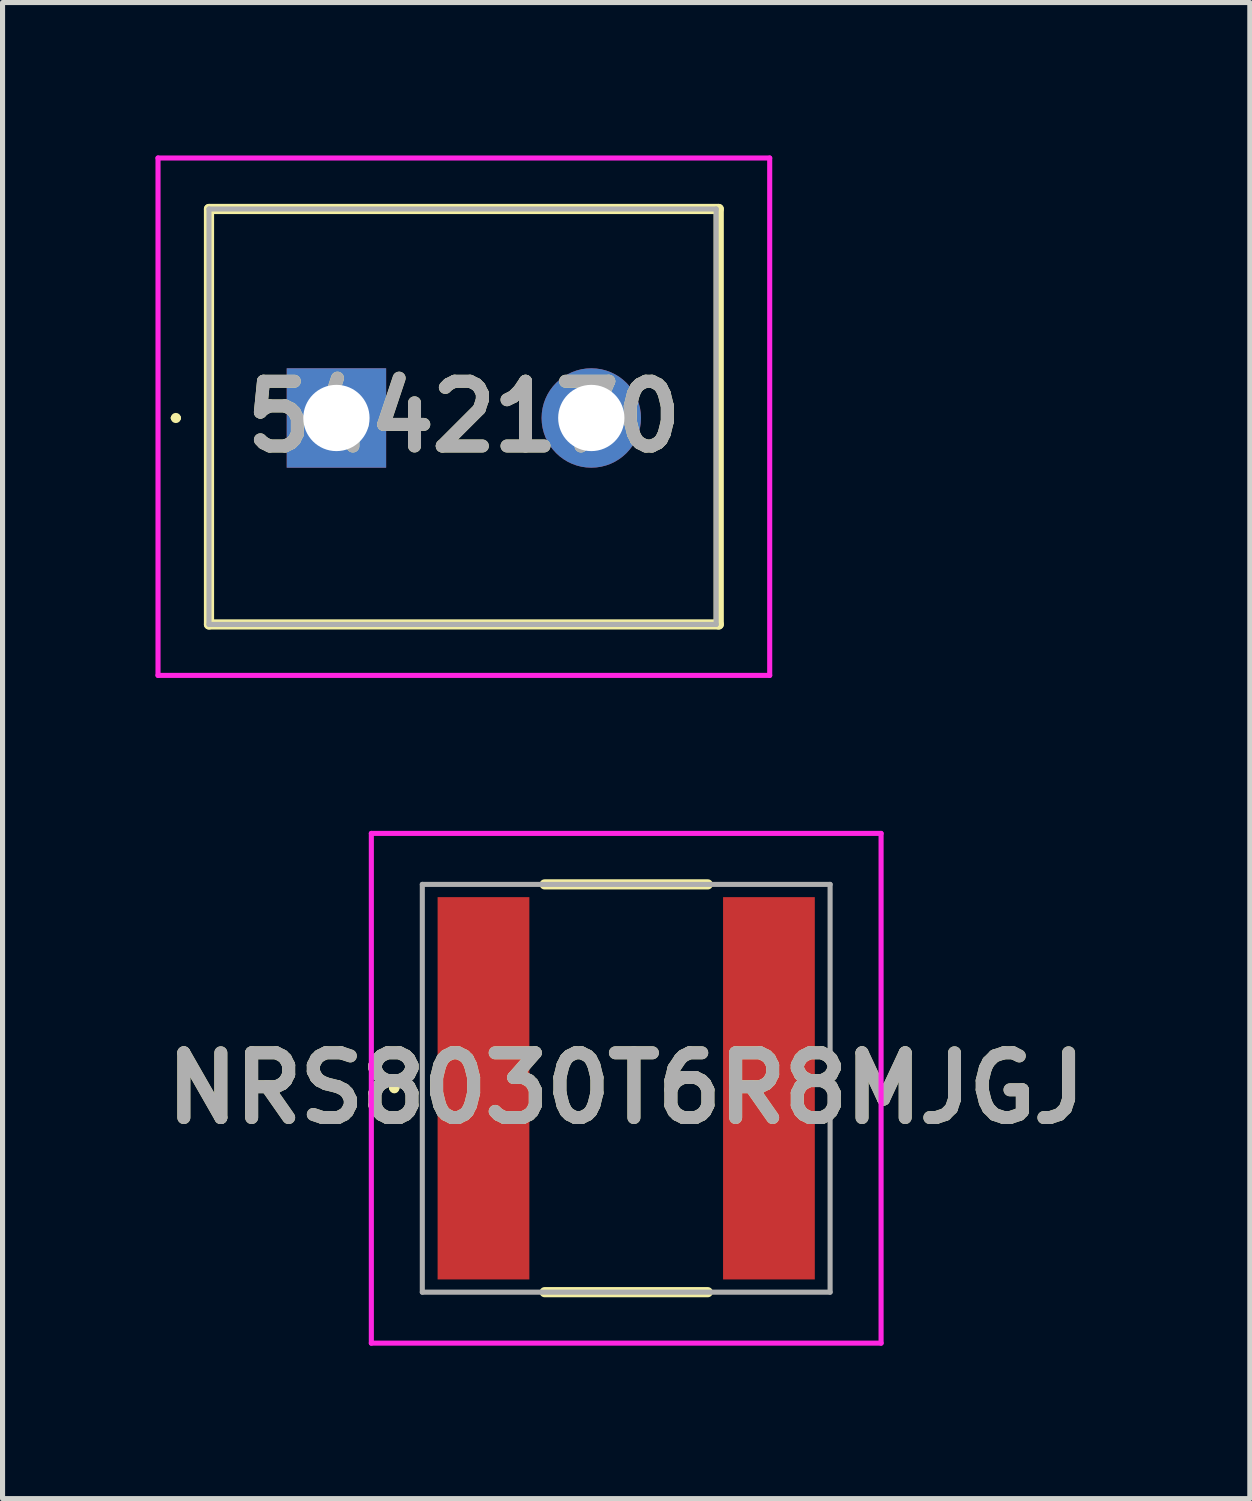
<source format=kicad_pcb>
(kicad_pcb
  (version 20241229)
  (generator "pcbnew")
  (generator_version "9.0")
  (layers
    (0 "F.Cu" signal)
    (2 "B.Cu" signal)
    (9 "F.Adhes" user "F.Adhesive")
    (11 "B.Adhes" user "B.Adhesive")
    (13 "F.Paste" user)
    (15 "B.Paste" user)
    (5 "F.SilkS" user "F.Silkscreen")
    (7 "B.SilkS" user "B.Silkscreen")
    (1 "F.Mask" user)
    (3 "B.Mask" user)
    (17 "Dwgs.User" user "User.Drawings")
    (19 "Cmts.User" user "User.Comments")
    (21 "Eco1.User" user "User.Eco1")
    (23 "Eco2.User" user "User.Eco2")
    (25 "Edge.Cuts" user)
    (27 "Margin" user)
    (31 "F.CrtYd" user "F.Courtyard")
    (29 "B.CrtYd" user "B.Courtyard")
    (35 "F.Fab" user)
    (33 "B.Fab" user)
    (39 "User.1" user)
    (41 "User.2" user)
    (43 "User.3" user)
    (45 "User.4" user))
  (footprint "NRS8030T6R8MJGJ"
    (layer "F.Cu")
    (at 9.235 18.3)
    (property "Reference" "NRS8030T6R8MJGJ" (at 0 0 0) (layer "F.SilkS") (effects (font (size 1.27 1.27) (thickness 0.254))))
    (attr smd)
    (fp_line (start -4.6 0) (end -4.6 0) (stroke (width 0.1) (type solid)) (layer "F.SilkS"))
    (fp_line (start -4.5 0) (end -4.5 0) (stroke (width 0.1) (type solid)) (layer "F.SilkS"))
    (fp_line (start -1.6 -4) (end 1.6 -4) (stroke (width 0.2) (type solid)) (layer "F.SilkS"))
    (fp_line (start -1.6 4) (end 1.6 4) (stroke (width 0.2) (type solid)) (layer "F.SilkS"))
    (fp_arc (start -4.6 0) (mid -4.55 -0.05) (end -4.5 0) (stroke (width 0.1) (type solid)) (layer "F.SilkS"))
    (fp_arc (start -4.5 0) (mid -4.55 0.05) (end -4.6 0) (stroke (width 0.1) (type solid)) (layer "F.SilkS"))
    (fp_line (start -5 -5) (end 5 -5) (stroke (width 0.1) (type solid)) (layer "F.CrtYd"))
    (fp_line (start -5 5) (end -5 -5) (stroke (width 0.1) (type solid)) (layer "F.CrtYd"))
    (fp_line (start 5 -5) (end 5 5) (stroke (width 0.1) (type solid)) (layer "F.CrtYd"))
    (fp_line (start 5 5) (end -5 5) (stroke (width 0.1) (type solid)) (layer "F.CrtYd"))
    (fp_line (start -4 -4) (end -4 4) (stroke (width 0.1) (type solid)) (layer "F.Fab"))
    (fp_line (start -4 4) (end 4 4) (stroke (width 0.1) (type solid)) (layer "F.Fab"))
    (fp_line (start 4 -4) (end -4 -4) (stroke (width 0.1) (type solid)) (layer "F.Fab"))
    (fp_line (start 4 4) (end 4 -4) (stroke (width 0.1) (type solid)) (layer "F.Fab"))
    (fp_text user "${REFERENCE}" (at 0 0 0) (layer "F.Fab") (effects (font (size 1.27 1.27) (thickness 0.254))))
    (pad "1" smd rect (at -2.8 0) (size 1.8 7.5) (layers "F.Cu" "F.Mask" "F.Paste"))
    (pad "2" smd rect (at 2.8 0) (size 1.8 7.5) (layers "F.Cu" "F.Mask" "F.Paste")))
  (footprint "5442170"
    (layer "F.Cu")
    (at 3.55 5.15)
    (property "Reference" "5442170" (at 2.5 -0.025 0) (layer "F.SilkS") (effects (font (size 1.27 1.27) (thickness 0.254))))
    (attr through_hole)
    (fp_line (start -3.2 0) (end -3.2 0) (stroke (width 0.1) (type solid)) (layer "F.SilkS"))
    (fp_line (start -3.1 0) (end -3.1 0) (stroke (width 0.1) (type solid)) (layer "F.SilkS"))
    (fp_line (start -2.5 -4.1) (end 7.5 -4.1) (stroke (width 0.2) (type solid)) (layer "F.SilkS"))
    (fp_line (start -2.5 4.05) (end -2.5 -4.1) (stroke (width 0.2) (type solid)) (layer "F.SilkS"))
    (fp_line (start 7.5 -4.1) (end 7.5 4.05) (stroke (width 0.2) (type solid)) (layer "F.SilkS"))
    (fp_line (start 7.5 4.05) (end -2.5 4.05) (stroke (width 0.2) (type solid)) (layer "F.SilkS"))
    (fp_arc (start -3.2 0) (mid -3.15 -0.05) (end -3.1 0) (stroke (width 0.1) (type solid)) (layer "F.SilkS"))
    (fp_arc (start -3.1 0) (mid -3.15 0.05) (end -3.2 0) (stroke (width 0.1) (type solid)) (layer "F.SilkS"))
    (fp_line (start -3.5 -5.1) (end 8.5 -5.1) (stroke (width 0.1) (type solid)) (layer "F.CrtYd"))
    (fp_line (start -3.5 5.05) (end -3.5 -5.1) (stroke (width 0.1) (type solid)) (layer "F.CrtYd"))
    (fp_line (start 8.5 -5.1) (end 8.5 5.05) (stroke (width 0.1) (type solid)) (layer "F.CrtYd"))
    (fp_line (start 8.5 5.05) (end -3.5 5.05) (stroke (width 0.1) (type solid)) (layer "F.CrtYd"))
    (fp_line (start -2.5 -4.1) (end 7.45 -4.1) (stroke (width 0.1) (type solid)) (layer "F.Fab"))
    (fp_line (start -2.5 4.05) (end -2.5 -4.1) (stroke (width 0.1) (type solid)) (layer "F.Fab"))
    (fp_line (start 7.45 -4.1) (end 7.45 4.05) (stroke (width 0.1) (type solid)) (layer "F.Fab"))
    (fp_line (start 7.45 4.05) (end -2.5 4.05) (stroke (width 0.1) (type solid)) (layer "F.Fab"))
    (fp_text user "${REFERENCE}" (at 2.5 -0.025 0) (layer "F.Fab") (effects (font (size 1.27 1.27) (thickness 0.254))))
    (pad "1" thru_hole rect (at 0 0) (size 1.95 1.95) (drill 1.3) (layers "*.Cu" "*.Mask"))
    (pad "2" thru_hole circle (at 5 0) (size 1.95 1.95) (drill 1.3) (layers "*.Cu" "*.Mask")))
  (gr_rect
    (start -3 -3)
    (end 21.469 26.35)
    (stroke (width 0.1) (type default))
    (fill no)
    (layer "Edge.Cuts")))
</source>
